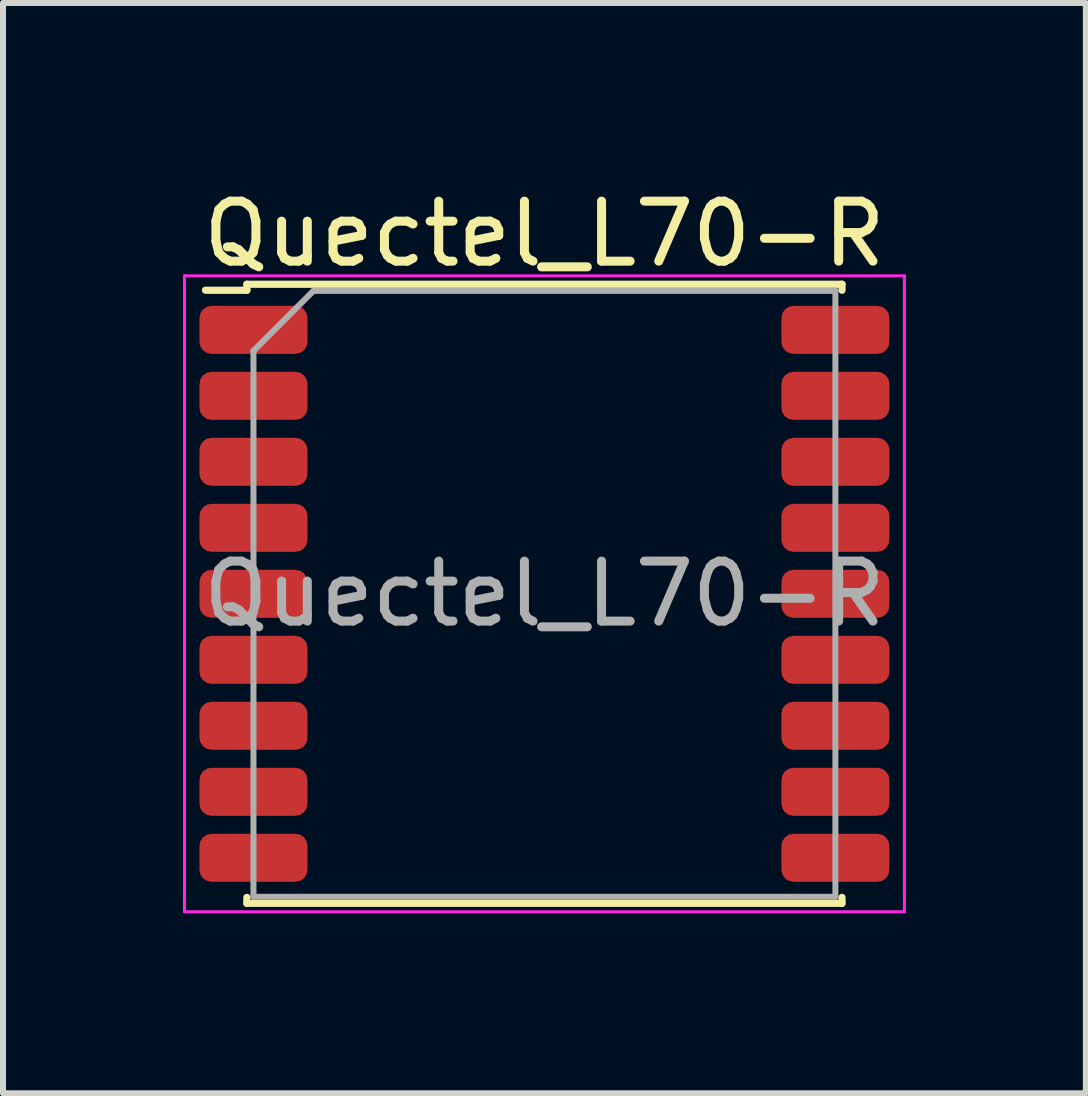
<source format=kicad_pcb>
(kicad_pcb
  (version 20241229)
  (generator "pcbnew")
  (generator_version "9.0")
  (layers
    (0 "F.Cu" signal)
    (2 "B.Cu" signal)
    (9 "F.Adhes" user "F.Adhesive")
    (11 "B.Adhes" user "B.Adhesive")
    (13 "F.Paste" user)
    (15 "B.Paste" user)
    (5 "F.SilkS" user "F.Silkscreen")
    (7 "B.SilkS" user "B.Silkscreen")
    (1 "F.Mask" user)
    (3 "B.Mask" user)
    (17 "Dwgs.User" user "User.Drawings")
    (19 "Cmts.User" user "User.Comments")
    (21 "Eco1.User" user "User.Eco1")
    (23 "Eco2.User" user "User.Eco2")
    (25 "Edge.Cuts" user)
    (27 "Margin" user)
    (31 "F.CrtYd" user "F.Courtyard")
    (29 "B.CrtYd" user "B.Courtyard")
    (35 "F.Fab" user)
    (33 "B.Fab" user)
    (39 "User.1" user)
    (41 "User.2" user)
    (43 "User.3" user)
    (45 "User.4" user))
  (footprint "Quectel_L70-R"
    (layer "F.Cu")
    (at 6.025 6.848)
    (property "Reference" "Quectel_L70-R" (at 0 -6 0) (layer "F.SilkS") (effects (font (size 1 1) (thickness 0.15))))
    (attr smd)
    (fp_line (start -5.65 -5.06) (end -4.96 -5.06) (stroke (width 0.12) (type solid)) (layer "F.SilkS"))
    (fp_line (start -4.96 -5.16) (end -4.96 -5.06) (stroke (width 0.12) (type solid)) (layer "F.SilkS"))
    (fp_line (start -4.96 -5.16) (end 4.96 -5.16) (stroke (width 0.12) (type solid)) (layer "F.SilkS"))
    (fp_line (start -4.96 5.06) (end -4.96 5.16) (stroke (width 0.12) (type solid)) (layer "F.SilkS"))
    (fp_line (start -4.96 5.16) (end 4.96 5.16) (stroke (width 0.12) (type solid)) (layer "F.SilkS"))
    (fp_line (start 4.96 -5.16) (end 4.96 -5.06) (stroke (width 0.12) (type solid)) (layer "F.SilkS"))
    (fp_line (start 4.96 5.06) (end 4.96 5.16) (stroke (width 0.12) (type solid)) (layer "F.SilkS"))
    (fp_line (start -6 -5.3) (end -6 5.3) (stroke (width 0.05) (type solid)) (layer "F.CrtYd"))
    (fp_line (start -6 -5.3) (end 6 -5.3) (stroke (width 0.05) (type solid)) (layer "F.CrtYd"))
    (fp_line (start -6 5.3) (end 6 5.3) (stroke (width 0.05) (type solid)) (layer "F.CrtYd"))
    (fp_line (start 6 -5.3) (end 6 5.3) (stroke (width 0.05) (type solid)) (layer "F.CrtYd"))
    (fp_line (start -4.85 -4.05) (end -4.85 5.05) (stroke (width 0.1) (type solid)) (layer "F.Fab"))
    (fp_line (start -4.85 5.05) (end 4.85 5.05) (stroke (width 0.1) (type solid)) (layer "F.Fab"))
    (fp_line (start -3.85 -5.05) (end -4.85 -4.05) (stroke (width 0.1) (type solid)) (layer "F.Fab"))
    (fp_line (start -3.85 -5.05) (end 4.85 -5.05) (stroke (width 0.1) (type solid)) (layer "F.Fab"))
    (fp_line (start 4.85 -5.05) (end 4.85 5.05) (stroke (width 0.1) (type solid)) (layer "F.Fab"))
    (fp_text user "${REFERENCE}" (at 0 0 0) (layer "F.Fab") (effects (font (size 1 1) (thickness 0.15))))
    (pad "1" smd roundrect (at -4.85 -4.4) (size 1.8 0.8) (layers "F.Cu" "F.Mask" "F.Paste") (roundrect_rratio 0.25))
    (pad "2" smd roundrect (at -4.85 -3.3) (size 1.8 0.8) (layers "F.Cu" "F.Mask" "F.Paste") (roundrect_rratio 0.25))
    (pad "3" smd roundrect (at -4.85 -2.2) (size 1.8 0.8) (layers "F.Cu" "F.Mask" "F.Paste") (roundrect_rratio 0.25))
    (pad "4" smd roundrect (at -4.85 -1.1) (size 1.8 0.8) (layers "F.Cu" "F.Mask" "F.Paste") (roundrect_rratio 0.25))
    (pad "5" smd roundrect (at -4.85 0) (size 1.8 0.8) (layers "F.Cu" "F.Mask" "F.Paste") (roundrect_rratio 0.25))
    (pad "6" smd roundrect (at -4.85 1.1) (size 1.8 0.8) (layers "F.Cu" "F.Mask" "F.Paste") (roundrect_rratio 0.25))
    (pad "7" smd roundrect (at -4.85 2.2) (size 1.8 0.8) (layers "F.Cu" "F.Mask" "F.Paste") (roundrect_rratio 0.25))
    (pad "8" smd roundrect (at -4.85 3.3) (size 1.8 0.8) (layers "F.Cu" "F.Mask" "F.Paste") (roundrect_rratio 0.25))
    (pad "9" smd roundrect (at -4.85 4.4) (size 1.8 0.8) (layers "F.Cu" "F.Mask" "F.Paste") (roundrect_rratio 0.25))
    (pad "10" smd roundrect (at 4.85 4.4) (size 1.8 0.8) (layers "F.Cu" "F.Mask" "F.Paste") (roundrect_rratio 0.25))
    (pad "11" smd roundrect (at 4.85 3.3) (size 1.8 0.8) (layers "F.Cu" "F.Mask" "F.Paste") (roundrect_rratio 0.25))
    (pad "12" smd roundrect (at 4.85 2.2) (size 1.8 0.8) (layers "F.Cu" "F.Mask" "F.Paste") (roundrect_rratio 0.25))
    (pad "13" smd roundrect (at 4.85 1.1) (size 1.8 0.8) (layers "F.Cu" "F.Mask" "F.Paste") (roundrect_rratio 0.25))
    (pad "14" smd roundrect (at 4.85 0) (size 1.8 0.8) (layers "F.Cu" "F.Mask" "F.Paste") (roundrect_rratio 0.25))
    (pad "15" smd roundrect (at 4.85 -1.1) (size 1.8 0.8) (layers "F.Cu" "F.Mask" "F.Paste") (roundrect_rratio 0.25))
    (pad "16" smd roundrect (at 4.85 -2.2) (size 1.8 0.8) (layers "F.Cu" "F.Mask" "F.Paste") (roundrect_rratio 0.25))
    (pad "17" smd roundrect (at 4.85 -3.3) (size 1.8 0.8) (layers "F.Cu" "F.Mask" "F.Paste") (roundrect_rratio 0.25))
    (pad "18" smd roundrect (at 4.85 -4.4) (size 1.8 0.8) (layers "F.Cu" "F.Mask" "F.Paste") (roundrect_rratio 0.25)))
  (gr_rect
    (start -3 -3)
    (end 15.05 15.173)
    (stroke (width 0.1) (type default))
    (fill no)
    (layer "Edge.Cuts")))
</source>
